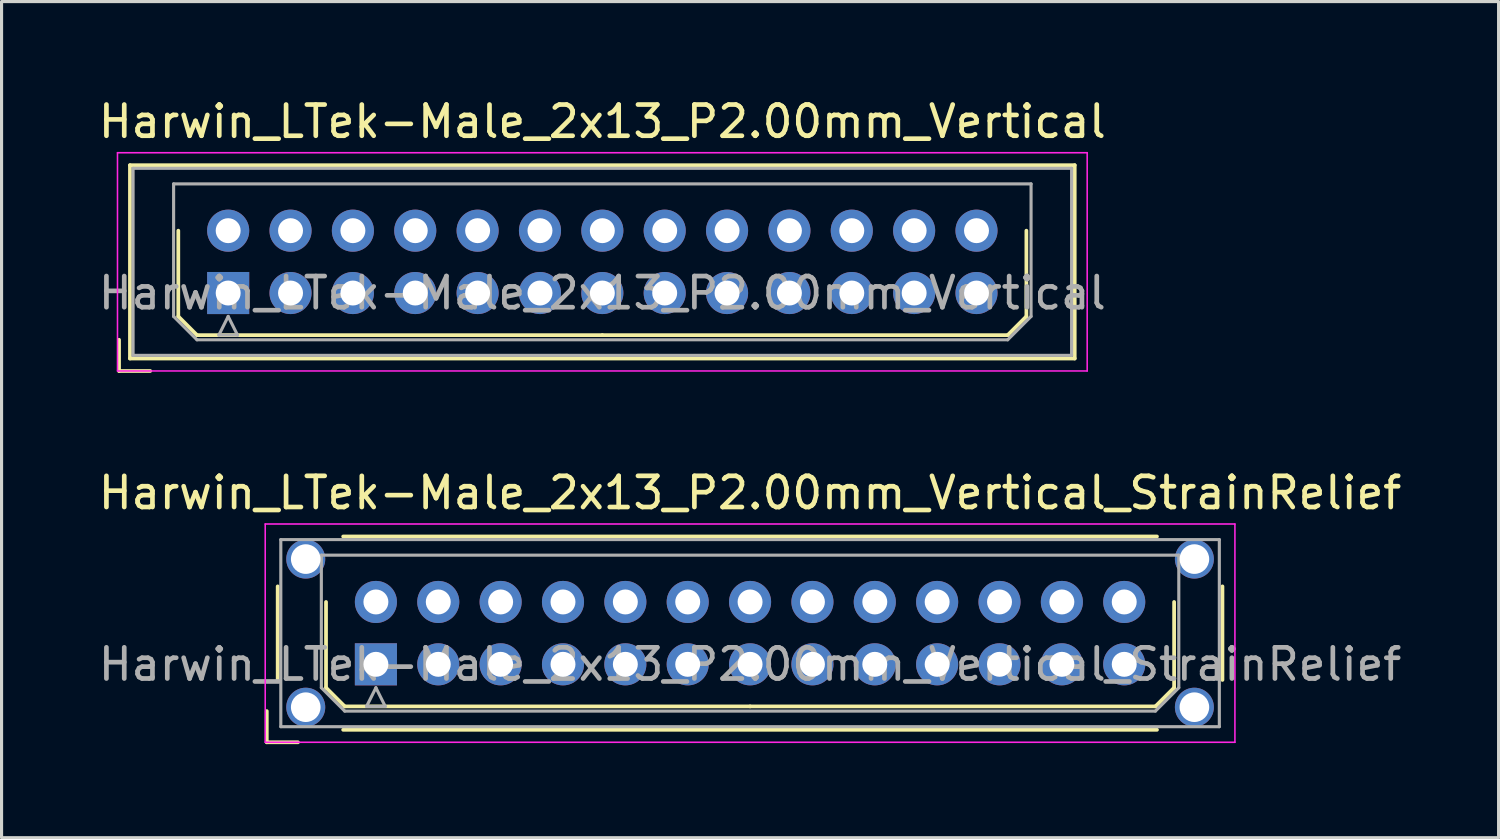
<source format=kicad_pcb>
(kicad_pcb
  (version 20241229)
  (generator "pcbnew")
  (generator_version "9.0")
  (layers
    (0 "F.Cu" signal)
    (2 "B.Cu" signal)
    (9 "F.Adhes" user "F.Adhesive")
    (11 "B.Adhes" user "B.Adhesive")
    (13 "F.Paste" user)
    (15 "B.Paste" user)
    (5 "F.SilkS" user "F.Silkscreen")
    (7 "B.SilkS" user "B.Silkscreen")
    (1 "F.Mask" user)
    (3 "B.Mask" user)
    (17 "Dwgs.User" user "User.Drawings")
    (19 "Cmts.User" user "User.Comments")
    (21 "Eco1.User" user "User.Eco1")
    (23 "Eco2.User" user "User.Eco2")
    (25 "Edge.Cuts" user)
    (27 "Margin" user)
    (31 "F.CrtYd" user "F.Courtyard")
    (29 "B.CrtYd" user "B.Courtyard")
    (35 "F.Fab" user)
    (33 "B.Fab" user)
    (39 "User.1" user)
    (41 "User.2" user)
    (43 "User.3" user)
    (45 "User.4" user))
  (footprint "Harwin_LTek-Male_2x13_P2.00mm_Vertical_StrainRelief"
    (layer "F.Cu")
    (at 9.006 18.256)
    (property "Reference" "Harwin_LTek-Male_2x13_P2.00mm_Vertical_StrainRelief" (at 12 -5.5 0) (layer "F.SilkS") (effects (font (size 1 1) (thickness 0.15))))
    (attr through_hole)
    (fp_line (start -3.5 1.5) (end -3.5 2.5) (stroke (width 0.12) (type solid)) (layer "F.SilkS"))
    (fp_line (start -3.5 2.5) (end -2.5 2.5) (stroke (width 0.12) (type solid)) (layer "F.SilkS"))
    (fp_line (start -3.15 -2.5) (end -3.15 0.5) (stroke (width 0.12) (type solid)) (layer "F.SilkS"))
    (fp_line (start -1.6 -2) (end -1.6 0.75) (stroke (width 0.12) (type solid)) (layer "F.SilkS"))
    (fp_line (start -1.6 0.75) (end -1 1.35) (stroke (width 0.12) (type solid)) (layer "F.SilkS"))
    (fp_line (start -1.05 -4.1) (end 25.05 -4.1) (stroke (width 0.12) (type solid)) (layer "F.SilkS"))
    (fp_line (start -1.05 2.1) (end 25.05 2.1) (stroke (width 0.12) (type solid)) (layer "F.SilkS"))
    (fp_line (start -1 1.35) (end 12 1.35) (stroke (width 0.12) (type solid)) (layer "F.SilkS"))
    (fp_line (start 25 1.35) (end 12 1.35) (stroke (width 0.12) (type solid)) (layer "F.SilkS"))
    (fp_line (start 25.6 -2) (end 25.6 0.75) (stroke (width 0.12) (type solid)) (layer "F.SilkS"))
    (fp_line (start 25.6 0.75) (end 25 1.35) (stroke (width 0.12) (type solid)) (layer "F.SilkS"))
    (fp_line (start 27.15 -2.5) (end 27.15 0.5) (stroke (width 0.12) (type solid)) (layer "F.SilkS"))
    (fp_line (start -3.55 -4.5) (end -3.55 2.5) (stroke (width 0.05) (type solid)) (layer "F.CrtYd"))
    (fp_line (start -3.55 2.5) (end 27.55 2.5) (stroke (width 0.05) (type solid)) (layer "F.CrtYd"))
    (fp_line (start 27.55 -4.5) (end -3.55 -4.5) (stroke (width 0.05) (type solid)) (layer "F.CrtYd"))
    (fp_line (start 27.55 2.5) (end 27.55 -4.5) (stroke (width 0.05) (type solid)) (layer "F.CrtYd"))
    (fp_line (start -3.05 -4) (end -3.05 2) (stroke (width 0.1) (type solid)) (layer "F.Fab"))
    (fp_line (start -3.05 2) (end 27.05 2) (stroke (width 0.1) (type solid)) (layer "F.Fab"))
    (fp_line (start -1.75 -3.5) (end 25.75 -3.5) (stroke (width 0.1) (type solid)) (layer "F.Fab"))
    (fp_line (start -1.75 0.75) (end -1.75 -3.5) (stroke (width 0.1) (type solid)) (layer "F.Fab"))
    (fp_line (start -1 1.5) (end -1.75 0.75) (stroke (width 0.1) (type solid)) (layer "F.Fab"))
    (fp_line (start -0.3 1.35) (end 0.3 1.35) (stroke (width 0.1) (type solid)) (layer "F.Fab"))
    (fp_line (start 0 0.75) (end -0.3 1.35) (stroke (width 0.1) (type solid)) (layer "F.Fab"))
    (fp_line (start 0.3 1.35) (end 0 0.75) (stroke (width 0.1) (type solid)) (layer "F.Fab"))
    (fp_line (start 25 1.5) (end -1 1.5) (stroke (width 0.1) (type solid)) (layer "F.Fab"))
    (fp_line (start 25.75 -3.5) (end 25.75 0.75) (stroke (width 0.1) (type solid)) (layer "F.Fab"))
    (fp_line (start 25.75 0.75) (end 25 1.5) (stroke (width 0.1) (type solid)) (layer "F.Fab"))
    (fp_line (start 27.05 -4) (end -3.05 -4) (stroke (width 0.1) (type solid)) (layer "F.Fab"))
    (fp_line (start 27.05 2) (end 27.05 -4) (stroke (width 0.1) (type solid)) (layer "F.Fab"))
    (fp_text user "${REFERENCE}" (at 12 0 0) (layer "F.Fab") (effects (font (size 1 1) (thickness 0.15))))
    (pad "" thru_hole circle (at -2.25 -3.375) (size 1.25 1.25) (drill 0.95) (layers "*.Cu" "*.Mask"))
    (pad "" thru_hole circle (at -2.25 1.375) (size 1.25 1.25) (drill 0.95) (layers "*.Cu" "*.Mask"))
    (pad "" thru_hole circle (at 26.25 -3.375) (size 1.25 1.25) (drill 0.95) (layers "*.Cu" "*.Mask"))
    (pad "" thru_hole circle (at 26.25 1.375) (size 1.25 1.25) (drill 0.95) (layers "*.Cu" "*.Mask"))
    (pad "1" thru_hole rect (at 0 0) (size 1.35 1.35) (drill 0.8) (layers "*.Cu" "*.Mask"))
    (pad "2" thru_hole circle (at 2 0) (size 1.35 1.35) (drill 0.8) (layers "*.Cu" "*.Mask"))
    (pad "3" thru_hole circle (at 4 0) (size 1.35 1.35) (drill 0.8) (layers "*.Cu" "*.Mask"))
    (pad "4" thru_hole circle (at 6 0) (size 1.35 1.35) (drill 0.8) (layers "*.Cu" "*.Mask"))
    (pad "5" thru_hole circle (at 8 0) (size 1.35 1.35) (drill 0.8) (layers "*.Cu" "*.Mask"))
    (pad "6" thru_hole circle (at 10 0) (size 1.35 1.35) (drill 0.8) (layers "*.Cu" "*.Mask"))
    (pad "7" thru_hole circle (at 12 0) (size 1.35 1.35) (drill 0.8) (layers "*.Cu" "*.Mask"))
    (pad "8" thru_hole circle (at 14 0) (size 1.35 1.35) (drill 0.8) (layers "*.Cu" "*.Mask"))
    (pad "9" thru_hole circle (at 16 0) (size 1.35 1.35) (drill 0.8) (layers "*.Cu" "*.Mask"))
    (pad "10" thru_hole circle (at 18 0) (size 1.35 1.35) (drill 0.8) (layers "*.Cu" "*.Mask"))
    (pad "11" thru_hole circle (at 20 0) (size 1.35 1.35) (drill 0.8) (layers "*.Cu" "*.Mask"))
    (pad "12" thru_hole circle (at 22 0) (size 1.35 1.35) (drill 0.8) (layers "*.Cu" "*.Mask"))
    (pad "13" thru_hole circle (at 24 0) (size 1.35 1.35) (drill 0.8) (layers "*.Cu" "*.Mask"))
    (pad "14" thru_hole circle (at 0 -2) (size 1.35 1.35) (drill 0.8) (layers "*.Cu" "*.Mask"))
    (pad "15" thru_hole circle (at 2 -2) (size 1.35 1.35) (drill 0.8) (layers "*.Cu" "*.Mask"))
    (pad "16" thru_hole circle (at 4 -2) (size 1.35 1.35) (drill 0.8) (layers "*.Cu" "*.Mask"))
    (pad "17" thru_hole circle (at 6 -2) (size 1.35 1.35) (drill 0.8) (layers "*.Cu" "*.Mask"))
    (pad "18" thru_hole circle (at 8 -2) (size 1.35 1.35) (drill 0.8) (layers "*.Cu" "*.Mask"))
    (pad "19" thru_hole circle (at 10 -2) (size 1.35 1.35) (drill 0.8) (layers "*.Cu" "*.Mask"))
    (pad "20" thru_hole circle (at 12 -2) (size 1.35 1.35) (drill 0.8) (layers "*.Cu" "*.Mask"))
    (pad "21" thru_hole circle (at 14 -2) (size 1.35 1.35) (drill 0.8) (layers "*.Cu" "*.Mask"))
    (pad "22" thru_hole circle (at 16 -2) (size 1.35 1.35) (drill 0.8) (layers "*.Cu" "*.Mask"))
    (pad "23" thru_hole circle (at 18 -2) (size 1.35 1.35) (drill 0.8) (layers "*.Cu" "*.Mask"))
    (pad "24" thru_hole circle (at 20 -2) (size 1.35 1.35) (drill 0.8) (layers "*.Cu" "*.Mask"))
    (pad "25" thru_hole circle (at 22 -2) (size 1.35 1.35) (drill 0.8) (layers "*.Cu" "*.Mask"))
    (pad "26" thru_hole circle (at 24 -2) (size 1.35 1.35) (drill 0.8) (layers "*.Cu" "*.Mask")))
  (footprint "Harwin_LTek-Male_2x13_P2.00mm_Vertical"
    (layer "F.Cu")
    (at 4.268 6.348)
    (property "Reference" "Harwin_LTek-Male_2x13_P2.00mm_Vertical" (at 12 -5.5 0) (layer "F.SilkS") (effects (font (size 1 1) (thickness 0.15))))
    (attr through_hole)
    (fp_line (start -3.5 1.5) (end -3.5 2.5) (stroke (width 0.12) (type solid)) (layer "F.SilkS"))
    (fp_line (start -3.5 2.5) (end -2.5 2.5) (stroke (width 0.12) (type solid)) (layer "F.SilkS"))
    (fp_line (start -3.15 -4.1) (end -3.15 2.1) (stroke (width 0.12) (type solid)) (layer "F.SilkS"))
    (fp_line (start -3.15 2.1) (end 27.15 2.1) (stroke (width 0.12) (type solid)) (layer "F.SilkS"))
    (fp_line (start -1.6 -2) (end -1.6 0.75) (stroke (width 0.12) (type solid)) (layer "F.SilkS"))
    (fp_line (start -1.6 0.75) (end -1 1.35) (stroke (width 0.12) (type solid)) (layer "F.SilkS"))
    (fp_line (start -1 1.35) (end 12 1.35) (stroke (width 0.12) (type solid)) (layer "F.SilkS"))
    (fp_line (start 25 1.35) (end 12 1.35) (stroke (width 0.12) (type solid)) (layer "F.SilkS"))
    (fp_line (start 25.6 -2) (end 25.6 0.75) (stroke (width 0.12) (type solid)) (layer "F.SilkS"))
    (fp_line (start 25.6 0.75) (end 25 1.35) (stroke (width 0.12) (type solid)) (layer "F.SilkS"))
    (fp_line (start 27.15 -4.1) (end -3.15 -4.1) (stroke (width 0.12) (type solid)) (layer "F.SilkS"))
    (fp_line (start 27.15 2.1) (end 27.15 -4.1) (stroke (width 0.12) (type solid)) (layer "F.SilkS"))
    (fp_line (start -3.55 -4.5) (end -3.55 2.5) (stroke (width 0.05) (type solid)) (layer "F.CrtYd"))
    (fp_line (start -3.55 2.5) (end 27.55 2.5) (stroke (width 0.05) (type solid)) (layer "F.CrtYd"))
    (fp_line (start 27.55 -4.5) (end -3.55 -4.5) (stroke (width 0.05) (type solid)) (layer "F.CrtYd"))
    (fp_line (start 27.55 2.5) (end 27.55 -4.5) (stroke (width 0.05) (type solid)) (layer "F.CrtYd"))
    (fp_line (start -3.05 -4) (end -3.05 2) (stroke (width 0.1) (type solid)) (layer "F.Fab"))
    (fp_line (start -3.05 2) (end 27.05 2) (stroke (width 0.1) (type solid)) (layer "F.Fab"))
    (fp_line (start -1.75 -3.5) (end 25.75 -3.5) (stroke (width 0.1) (type solid)) (layer "F.Fab"))
    (fp_line (start -1.75 0.75) (end -1.75 -3.5) (stroke (width 0.1) (type solid)) (layer "F.Fab"))
    (fp_line (start -1 1.5) (end -1.75 0.75) (stroke (width 0.1) (type solid)) (layer "F.Fab"))
    (fp_line (start -0.3 1.35) (end 0.3 1.35) (stroke (width 0.1) (type solid)) (layer "F.Fab"))
    (fp_line (start 0 0.75) (end -0.3 1.35) (stroke (width 0.1) (type solid)) (layer "F.Fab"))
    (fp_line (start 0.3 1.35) (end 0 0.75) (stroke (width 0.1) (type solid)) (layer "F.Fab"))
    (fp_line (start 25 1.5) (end -1 1.5) (stroke (width 0.1) (type solid)) (layer "F.Fab"))
    (fp_line (start 25.75 -3.5) (end 25.75 0.75) (stroke (width 0.1) (type solid)) (layer "F.Fab"))
    (fp_line (start 25.75 0.75) (end 25 1.5) (stroke (width 0.1) (type solid)) (layer "F.Fab"))
    (fp_line (start 27.05 -4) (end -3.05 -4) (stroke (width 0.1) (type solid)) (layer "F.Fab"))
    (fp_line (start 27.05 2) (end 27.05 -4) (stroke (width 0.1) (type solid)) (layer "F.Fab"))
    (fp_text user "${REFERENCE}" (at 12 0 0) (layer "F.Fab") (effects (font (size 1 1) (thickness 0.15))))
    (pad "1" thru_hole rect (at 0 0) (size 1.35 1.35) (drill 0.8) (layers "*.Cu" "*.Mask"))
    (pad "2" thru_hole circle (at 2 0) (size 1.35 1.35) (drill 0.8) (layers "*.Cu" "*.Mask"))
    (pad "3" thru_hole circle (at 4 0) (size 1.35 1.35) (drill 0.8) (layers "*.Cu" "*.Mask"))
    (pad "4" thru_hole circle (at 6 0) (size 1.35 1.35) (drill 0.8) (layers "*.Cu" "*.Mask"))
    (pad "5" thru_hole circle (at 8 0) (size 1.35 1.35) (drill 0.8) (layers "*.Cu" "*.Mask"))
    (pad "6" thru_hole circle (at 10 0) (size 1.35 1.35) (drill 0.8) (layers "*.Cu" "*.Mask"))
    (pad "7" thru_hole circle (at 12 0) (size 1.35 1.35) (drill 0.8) (layers "*.Cu" "*.Mask"))
    (pad "8" thru_hole circle (at 14 0) (size 1.35 1.35) (drill 0.8) (layers "*.Cu" "*.Mask"))
    (pad "9" thru_hole circle (at 16 0) (size 1.35 1.35) (drill 0.8) (layers "*.Cu" "*.Mask"))
    (pad "10" thru_hole circle (at 18 0) (size 1.35 1.35) (drill 0.8) (layers "*.Cu" "*.Mask"))
    (pad "11" thru_hole circle (at 20 0) (size 1.35 1.35) (drill 0.8) (layers "*.Cu" "*.Mask"))
    (pad "12" thru_hole circle (at 22 0) (size 1.35 1.35) (drill 0.8) (layers "*.Cu" "*.Mask"))
    (pad "13" thru_hole circle (at 24 0) (size 1.35 1.35) (drill 0.8) (layers "*.Cu" "*.Mask"))
    (pad "14" thru_hole circle (at 0 -2) (size 1.35 1.35) (drill 0.8) (layers "*.Cu" "*.Mask"))
    (pad "15" thru_hole circle (at 2 -2) (size 1.35 1.35) (drill 0.8) (layers "*.Cu" "*.Mask"))
    (pad "16" thru_hole circle (at 4 -2) (size 1.35 1.35) (drill 0.8) (layers "*.Cu" "*.Mask"))
    (pad "17" thru_hole circle (at 6 -2) (size 1.35 1.35) (drill 0.8) (layers "*.Cu" "*.Mask"))
    (pad "18" thru_hole circle (at 8 -2) (size 1.35 1.35) (drill 0.8) (layers "*.Cu" "*.Mask"))
    (pad "19" thru_hole circle (at 10 -2) (size 1.35 1.35) (drill 0.8) (layers "*.Cu" "*.Mask"))
    (pad "20" thru_hole circle (at 12 -2) (size 1.35 1.35) (drill 0.8) (layers "*.Cu" "*.Mask"))
    (pad "21" thru_hole circle (at 14 -2) (size 1.35 1.35) (drill 0.8) (layers "*.Cu" "*.Mask"))
    (pad "22" thru_hole circle (at 16 -2) (size 1.35 1.35) (drill 0.8) (layers "*.Cu" "*.Mask"))
    (pad "23" thru_hole circle (at 18 -2) (size 1.35 1.35) (drill 0.8) (layers "*.Cu" "*.Mask"))
    (pad "24" thru_hole circle (at 20 -2) (size 1.35 1.35) (drill 0.8) (layers "*.Cu" "*.Mask"))
    (pad "25" thru_hole circle (at 22 -2) (size 1.35 1.35) (drill 0.8) (layers "*.Cu" "*.Mask"))
    (pad "26" thru_hole circle (at 24 -2) (size 1.35 1.35) (drill 0.8) (layers "*.Cu" "*.Mask")))
  (gr_rect
    (start -3 -3)
    (end 45.012 23.817)
    (stroke (width 0.1) (type default))
    (fill no)
    (layer "Edge.Cuts")))
</source>
